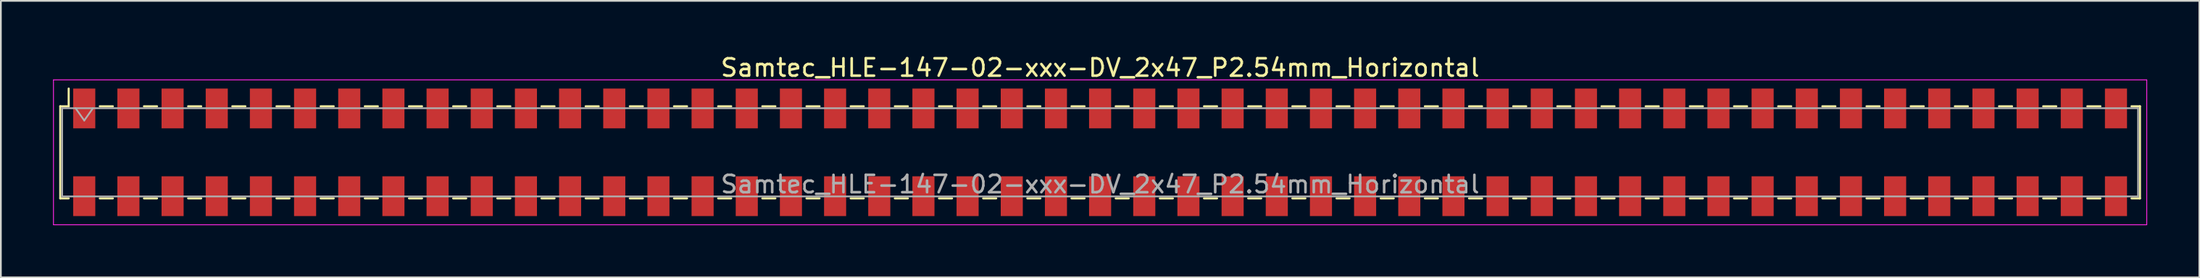
<source format=kicad_pcb>
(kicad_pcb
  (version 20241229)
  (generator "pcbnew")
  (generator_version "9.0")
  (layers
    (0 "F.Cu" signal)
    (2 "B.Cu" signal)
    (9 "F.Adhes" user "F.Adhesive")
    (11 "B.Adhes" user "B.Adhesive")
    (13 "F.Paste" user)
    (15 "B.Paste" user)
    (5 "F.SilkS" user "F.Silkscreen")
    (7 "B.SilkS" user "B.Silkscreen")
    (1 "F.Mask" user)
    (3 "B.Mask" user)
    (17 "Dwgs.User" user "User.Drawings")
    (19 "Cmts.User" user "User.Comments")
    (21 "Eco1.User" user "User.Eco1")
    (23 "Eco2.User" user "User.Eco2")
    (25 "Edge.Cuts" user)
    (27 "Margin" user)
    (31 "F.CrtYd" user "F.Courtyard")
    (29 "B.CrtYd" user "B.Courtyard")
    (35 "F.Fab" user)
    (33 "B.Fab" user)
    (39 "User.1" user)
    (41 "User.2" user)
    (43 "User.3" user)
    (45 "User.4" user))
  (footprint "Samtec_HLE-147-02-xxx-DV_2x47_P2.54mm_Horizontal"
    (layer "F.Cu")
    (at 60.215 5.718)
    (property "Reference" "Samtec_HLE-147-02-xxx-DV_2x47_P2.54mm_Horizontal" (at 0 -4.87 0) (layer "F.SilkS") (effects (font (size 1 1) (thickness 0.15))))
    (attr smd)
    (fp_line (start -59.8 -2.65) (end -59.8 2.65) (stroke (width 0.12) (type solid)) (layer "F.SilkS"))
    (fp_line (start -59.8 2.65) (end -59.315 2.65) (stroke (width 0.12) (type solid)) (layer "F.SilkS"))
    (fp_line (start -59.315 -3.67) (end -59.315 -2.65) (stroke (width 0.12) (type solid)) (layer "F.SilkS"))
    (fp_line (start -59.315 -2.65) (end -59.8 -2.65) (stroke (width 0.12) (type solid)) (layer "F.SilkS"))
    (fp_line (start -57.525 -2.65) (end -56.775 -2.65) (stroke (width 0.12) (type solid)) (layer "F.SilkS"))
    (fp_line (start -57.525 2.65) (end -56.775 2.65) (stroke (width 0.12) (type solid)) (layer "F.SilkS"))
    (fp_line (start -54.985 -2.65) (end -54.235 -2.65) (stroke (width 0.12) (type solid)) (layer "F.SilkS"))
    (fp_line (start -54.985 2.65) (end -54.235 2.65) (stroke (width 0.12) (type solid)) (layer "F.SilkS"))
    (fp_line (start -52.445 -2.65) (end -51.695 -2.65) (stroke (width 0.12) (type solid)) (layer "F.SilkS"))
    (fp_line (start -52.445 2.65) (end -51.695 2.65) (stroke (width 0.12) (type solid)) (layer "F.SilkS"))
    (fp_line (start -49.905 -2.65) (end -49.155 -2.65) (stroke (width 0.12) (type solid)) (layer "F.SilkS"))
    (fp_line (start -49.905 2.65) (end -49.155 2.65) (stroke (width 0.12) (type solid)) (layer "F.SilkS"))
    (fp_line (start -47.365 -2.65) (end -46.615 -2.65) (stroke (width 0.12) (type solid)) (layer "F.SilkS"))
    (fp_line (start -47.365 2.65) (end -46.615 2.65) (stroke (width 0.12) (type solid)) (layer "F.SilkS"))
    (fp_line (start -44.825 -2.65) (end -44.075 -2.65) (stroke (width 0.12) (type solid)) (layer "F.SilkS"))
    (fp_line (start -44.825 2.65) (end -44.075 2.65) (stroke (width 0.12) (type solid)) (layer "F.SilkS"))
    (fp_line (start -42.285 -2.65) (end -41.535 -2.65) (stroke (width 0.12) (type solid)) (layer "F.SilkS"))
    (fp_line (start -42.285 2.65) (end -41.535 2.65) (stroke (width 0.12) (type solid)) (layer "F.SilkS"))
    (fp_line (start -39.745 -2.65) (end -38.995 -2.65) (stroke (width 0.12) (type solid)) (layer "F.SilkS"))
    (fp_line (start -39.745 2.65) (end -38.995 2.65) (stroke (width 0.12) (type solid)) (layer "F.SilkS"))
    (fp_line (start -37.205 -2.65) (end -36.455 -2.65) (stroke (width 0.12) (type solid)) (layer "F.SilkS"))
    (fp_line (start -37.205 2.65) (end -36.455 2.65) (stroke (width 0.12) (type solid)) (layer "F.SilkS"))
    (fp_line (start -34.665 -2.65) (end -33.915 -2.65) (stroke (width 0.12) (type solid)) (layer "F.SilkS"))
    (fp_line (start -34.665 2.65) (end -33.915 2.65) (stroke (width 0.12) (type solid)) (layer "F.SilkS"))
    (fp_line (start -32.125 -2.65) (end -31.375 -2.65) (stroke (width 0.12) (type solid)) (layer "F.SilkS"))
    (fp_line (start -32.125 2.65) (end -31.375 2.65) (stroke (width 0.12) (type solid)) (layer "F.SilkS"))
    (fp_line (start -29.585 -2.65) (end -28.835 -2.65) (stroke (width 0.12) (type solid)) (layer "F.SilkS"))
    (fp_line (start -29.585 2.65) (end -28.835 2.65) (stroke (width 0.12) (type solid)) (layer "F.SilkS"))
    (fp_line (start -27.045 -2.65) (end -26.295 -2.65) (stroke (width 0.12) (type solid)) (layer "F.SilkS"))
    (fp_line (start -27.045 2.65) (end -26.295 2.65) (stroke (width 0.12) (type solid)) (layer "F.SilkS"))
    (fp_line (start -24.505 -2.65) (end -23.755 -2.65) (stroke (width 0.12) (type solid)) (layer "F.SilkS"))
    (fp_line (start -24.505 2.65) (end -23.755 2.65) (stroke (width 0.12) (type solid)) (layer "F.SilkS"))
    (fp_line (start -21.965 -2.65) (end -21.215 -2.65) (stroke (width 0.12) (type solid)) (layer "F.SilkS"))
    (fp_line (start -21.965 2.65) (end -21.215 2.65) (stroke (width 0.12) (type solid)) (layer "F.SilkS"))
    (fp_line (start -19.425 -2.65) (end -18.675 -2.65) (stroke (width 0.12) (type solid)) (layer "F.SilkS"))
    (fp_line (start -19.425 2.65) (end -18.675 2.65) (stroke (width 0.12) (type solid)) (layer "F.SilkS"))
    (fp_line (start -16.885 -2.65) (end -16.135 -2.65) (stroke (width 0.12) (type solid)) (layer "F.SilkS"))
    (fp_line (start -16.885 2.65) (end -16.135 2.65) (stroke (width 0.12) (type solid)) (layer "F.SilkS"))
    (fp_line (start -14.345 -2.65) (end -13.595 -2.65) (stroke (width 0.12) (type solid)) (layer "F.SilkS"))
    (fp_line (start -14.345 2.65) (end -13.595 2.65) (stroke (width 0.12) (type solid)) (layer "F.SilkS"))
    (fp_line (start -11.805 -2.65) (end -11.055 -2.65) (stroke (width 0.12) (type solid)) (layer "F.SilkS"))
    (fp_line (start -11.805 2.65) (end -11.055 2.65) (stroke (width 0.12) (type solid)) (layer "F.SilkS"))
    (fp_line (start -9.265 -2.65) (end -8.515 -2.65) (stroke (width 0.12) (type solid)) (layer "F.SilkS"))
    (fp_line (start -9.265 2.65) (end -8.515 2.65) (stroke (width 0.12) (type solid)) (layer "F.SilkS"))
    (fp_line (start -6.725 -2.65) (end -5.975 -2.65) (stroke (width 0.12) (type solid)) (layer "F.SilkS"))
    (fp_line (start -6.725 2.65) (end -5.975 2.65) (stroke (width 0.12) (type solid)) (layer "F.SilkS"))
    (fp_line (start -4.185 -2.65) (end -3.435 -2.65) (stroke (width 0.12) (type solid)) (layer "F.SilkS"))
    (fp_line (start -4.185 2.65) (end -3.435 2.65) (stroke (width 0.12) (type solid)) (layer "F.SilkS"))
    (fp_line (start -1.645 -2.65) (end -0.895 -2.65) (stroke (width 0.12) (type solid)) (layer "F.SilkS"))
    (fp_line (start -1.645 2.65) (end -0.895 2.65) (stroke (width 0.12) (type solid)) (layer "F.SilkS"))
    (fp_line (start 0.895 -2.65) (end 1.645 -2.65) (stroke (width 0.12) (type solid)) (layer "F.SilkS"))
    (fp_line (start 0.895 2.65) (end 1.645 2.65) (stroke (width 0.12) (type solid)) (layer "F.SilkS"))
    (fp_line (start 3.435 -2.65) (end 4.185 -2.65) (stroke (width 0.12) (type solid)) (layer "F.SilkS"))
    (fp_line (start 3.435 2.65) (end 4.185 2.65) (stroke (width 0.12) (type solid)) (layer "F.SilkS"))
    (fp_line (start 5.975 -2.65) (end 6.725 -2.65) (stroke (width 0.12) (type solid)) (layer "F.SilkS"))
    (fp_line (start 5.975 2.65) (end 6.725 2.65) (stroke (width 0.12) (type solid)) (layer "F.SilkS"))
    (fp_line (start 8.515 -2.65) (end 9.265 -2.65) (stroke (width 0.12) (type solid)) (layer "F.SilkS"))
    (fp_line (start 8.515 2.65) (end 9.265 2.65) (stroke (width 0.12) (type solid)) (layer "F.SilkS"))
    (fp_line (start 11.055 -2.65) (end 11.805 -2.65) (stroke (width 0.12) (type solid)) (layer "F.SilkS"))
    (fp_line (start 11.055 2.65) (end 11.805 2.65) (stroke (width 0.12) (type solid)) (layer "F.SilkS"))
    (fp_line (start 13.595 -2.65) (end 14.345 -2.65) (stroke (width 0.12) (type solid)) (layer "F.SilkS"))
    (fp_line (start 13.595 2.65) (end 14.345 2.65) (stroke (width 0.12) (type solid)) (layer "F.SilkS"))
    (fp_line (start 16.135 -2.65) (end 16.885 -2.65) (stroke (width 0.12) (type solid)) (layer "F.SilkS"))
    (fp_line (start 16.135 2.65) (end 16.885 2.65) (stroke (width 0.12) (type solid)) (layer "F.SilkS"))
    (fp_line (start 18.675 -2.65) (end 19.425 -2.65) (stroke (width 0.12) (type solid)) (layer "F.SilkS"))
    (fp_line (start 18.675 2.65) (end 19.425 2.65) (stroke (width 0.12) (type solid)) (layer "F.SilkS"))
    (fp_line (start 21.215 -2.65) (end 21.965 -2.65) (stroke (width 0.12) (type solid)) (layer "F.SilkS"))
    (fp_line (start 21.215 2.65) (end 21.965 2.65) (stroke (width 0.12) (type solid)) (layer "F.SilkS"))
    (fp_line (start 23.755 -2.65) (end 24.505 -2.65) (stroke (width 0.12) (type solid)) (layer "F.SilkS"))
    (fp_line (start 23.755 2.65) (end 24.505 2.65) (stroke (width 0.12) (type solid)) (layer "F.SilkS"))
    (fp_line (start 26.295 -2.65) (end 27.045 -2.65) (stroke (width 0.12) (type solid)) (layer "F.SilkS"))
    (fp_line (start 26.295 2.65) (end 27.045 2.65) (stroke (width 0.12) (type solid)) (layer "F.SilkS"))
    (fp_line (start 28.835 -2.65) (end 29.585 -2.65) (stroke (width 0.12) (type solid)) (layer "F.SilkS"))
    (fp_line (start 28.835 2.65) (end 29.585 2.65) (stroke (width 0.12) (type solid)) (layer "F.SilkS"))
    (fp_line (start 31.375 -2.65) (end 32.125 -2.65) (stroke (width 0.12) (type solid)) (layer "F.SilkS"))
    (fp_line (start 31.375 2.65) (end 32.125 2.65) (stroke (width 0.12) (type solid)) (layer "F.SilkS"))
    (fp_line (start 33.915 -2.65) (end 34.665 -2.65) (stroke (width 0.12) (type solid)) (layer "F.SilkS"))
    (fp_line (start 33.915 2.65) (end 34.665 2.65) (stroke (width 0.12) (type solid)) (layer "F.SilkS"))
    (fp_line (start 36.455 -2.65) (end 37.205 -2.65) (stroke (width 0.12) (type solid)) (layer "F.SilkS"))
    (fp_line (start 36.455 2.65) (end 37.205 2.65) (stroke (width 0.12) (type solid)) (layer "F.SilkS"))
    (fp_line (start 38.995 -2.65) (end 39.745 -2.65) (stroke (width 0.12) (type solid)) (layer "F.SilkS"))
    (fp_line (start 38.995 2.65) (end 39.745 2.65) (stroke (width 0.12) (type solid)) (layer "F.SilkS"))
    (fp_line (start 41.535 -2.65) (end 42.285 -2.65) (stroke (width 0.12) (type solid)) (layer "F.SilkS"))
    (fp_line (start 41.535 2.65) (end 42.285 2.65) (stroke (width 0.12) (type solid)) (layer "F.SilkS"))
    (fp_line (start 44.075 -2.65) (end 44.825 -2.65) (stroke (width 0.12) (type solid)) (layer "F.SilkS"))
    (fp_line (start 44.075 2.65) (end 44.825 2.65) (stroke (width 0.12) (type solid)) (layer "F.SilkS"))
    (fp_line (start 46.615 -2.65) (end 47.365 -2.65) (stroke (width 0.12) (type solid)) (layer "F.SilkS"))
    (fp_line (start 46.615 2.65) (end 47.365 2.65) (stroke (width 0.12) (type solid)) (layer "F.SilkS"))
    (fp_line (start 49.155 -2.65) (end 49.905 -2.65) (stroke (width 0.12) (type solid)) (layer "F.SilkS"))
    (fp_line (start 49.155 2.65) (end 49.905 2.65) (stroke (width 0.12) (type solid)) (layer "F.SilkS"))
    (fp_line (start 51.695 -2.65) (end 52.445 -2.65) (stroke (width 0.12) (type solid)) (layer "F.SilkS"))
    (fp_line (start 51.695 2.65) (end 52.445 2.65) (stroke (width 0.12) (type solid)) (layer "F.SilkS"))
    (fp_line (start 54.235 -2.65) (end 54.985 -2.65) (stroke (width 0.12) (type solid)) (layer "F.SilkS"))
    (fp_line (start 54.235 2.65) (end 54.985 2.65) (stroke (width 0.12) (type solid)) (layer "F.SilkS"))
    (fp_line (start 56.775 -2.65) (end 57.525 -2.65) (stroke (width 0.12) (type solid)) (layer "F.SilkS"))
    (fp_line (start 56.775 2.65) (end 57.525 2.65) (stroke (width 0.12) (type solid)) (layer "F.SilkS"))
    (fp_line (start 59.315 -2.65) (end 59.8 -2.65) (stroke (width 0.12) (type solid)) (layer "F.SilkS"))
    (fp_line (start 59.8 -2.65) (end 59.8 2.65) (stroke (width 0.12) (type solid)) (layer "F.SilkS"))
    (fp_line (start 59.8 2.65) (end 59.315 2.65) (stroke (width 0.12) (type solid)) (layer "F.SilkS"))
    (fp_line (start -60.19 -4.17) (end 60.19 -4.17) (stroke (width 0.05) (type solid)) (layer "F.CrtYd"))
    (fp_line (start -60.19 4.17) (end -60.19 -4.17) (stroke (width 0.05) (type solid)) (layer "F.CrtYd"))
    (fp_line (start 60.19 -4.17) (end 60.19 4.17) (stroke (width 0.05) (type solid)) (layer "F.CrtYd"))
    (fp_line (start 60.19 4.17) (end -60.19 4.17) (stroke (width 0.05) (type solid)) (layer "F.CrtYd"))
    (fp_line (start -59.69 -2.54) (end 59.69 -2.54) (stroke (width 0.1) (type solid)) (layer "F.Fab"))
    (fp_line (start -59.69 2.54) (end -59.69 -2.54) (stroke (width 0.1) (type solid)) (layer "F.Fab"))
    (fp_line (start -58.92 -2.54) (end -58.42 -1.833) (stroke (width 0.1) (type solid)) (layer "F.Fab"))
    (fp_line (start -58.42 -1.833) (end -57.92 -2.54) (stroke (width 0.1) (type solid)) (layer "F.Fab"))
    (fp_line (start 59.69 -2.54) (end 59.69 2.54) (stroke (width 0.1) (type solid)) (layer "F.Fab"))
    (fp_line (start 59.69 2.54) (end -59.69 2.54) (stroke (width 0.1) (type solid)) (layer "F.Fab"))
    (fp_text user "${REFERENCE}" (at 0 1.84 0) (layer "F.Fab") (effects (font (size 1 1) (thickness 0.15))))
    (pad "1" smd rect (at -58.42 -2.525) (size 1.27 2.29) (layers "F.Cu" "F.Mask" "F.Paste"))
    (pad "2" smd rect (at -58.42 2.525) (size 1.27 2.29) (layers "F.Cu" "F.Mask" "F.Paste"))
    (pad "3" smd rect (at -55.88 -2.525) (size 1.27 2.29) (layers "F.Cu" "F.Mask" "F.Paste"))
    (pad "4" smd rect (at -55.88 2.525) (size 1.27 2.29) (layers "F.Cu" "F.Mask" "F.Paste"))
    (pad "5" smd rect (at -53.34 -2.525) (size 1.27 2.29) (layers "F.Cu" "F.Mask" "F.Paste"))
    (pad "6" smd rect (at -53.34 2.525) (size 1.27 2.29) (layers "F.Cu" "F.Mask" "F.Paste"))
    (pad "7" smd rect (at -50.8 -2.525) (size 1.27 2.29) (layers "F.Cu" "F.Mask" "F.Paste"))
    (pad "8" smd rect (at -50.8 2.525) (size 1.27 2.29) (layers "F.Cu" "F.Mask" "F.Paste"))
    (pad "9" smd rect (at -48.26 -2.525) (size 1.27 2.29) (layers "F.Cu" "F.Mask" "F.Paste"))
    (pad "10" smd rect (at -48.26 2.525) (size 1.27 2.29) (layers "F.Cu" "F.Mask" "F.Paste"))
    (pad "11" smd rect (at -45.72 -2.525) (size 1.27 2.29) (layers "F.Cu" "F.Mask" "F.Paste"))
    (pad "12" smd rect (at -45.72 2.525) (size 1.27 2.29) (layers "F.Cu" "F.Mask" "F.Paste"))
    (pad "13" smd rect (at -43.18 -2.525) (size 1.27 2.29) (layers "F.Cu" "F.Mask" "F.Paste"))
    (pad "14" smd rect (at -43.18 2.525) (size 1.27 2.29) (layers "F.Cu" "F.Mask" "F.Paste"))
    (pad "15" smd rect (at -40.64 -2.525) (size 1.27 2.29) (layers "F.Cu" "F.Mask" "F.Paste"))
    (pad "16" smd rect (at -40.64 2.525) (size 1.27 2.29) (layers "F.Cu" "F.Mask" "F.Paste"))
    (pad "17" smd rect (at -38.1 -2.525) (size 1.27 2.29) (layers "F.Cu" "F.Mask" "F.Paste"))
    (pad "18" smd rect (at -38.1 2.525) (size 1.27 2.29) (layers "F.Cu" "F.Mask" "F.Paste"))
    (pad "19" smd rect (at -35.56 -2.525) (size 1.27 2.29) (layers "F.Cu" "F.Mask" "F.Paste"))
    (pad "20" smd rect (at -35.56 2.525) (size 1.27 2.29) (layers "F.Cu" "F.Mask" "F.Paste"))
    (pad "21" smd rect (at -33.02 -2.525) (size 1.27 2.29) (layers "F.Cu" "F.Mask" "F.Paste"))
    (pad "22" smd rect (at -33.02 2.525) (size 1.27 2.29) (layers "F.Cu" "F.Mask" "F.Paste"))
    (pad "23" smd rect (at -30.48 -2.525) (size 1.27 2.29) (layers "F.Cu" "F.Mask" "F.Paste"))
    (pad "24" smd rect (at -30.48 2.525) (size 1.27 2.29) (layers "F.Cu" "F.Mask" "F.Paste"))
    (pad "25" smd rect (at -27.94 -2.525) (size 1.27 2.29) (layers "F.Cu" "F.Mask" "F.Paste"))
    (pad "26" smd rect (at -27.94 2.525) (size 1.27 2.29) (layers "F.Cu" "F.Mask" "F.Paste"))
    (pad "27" smd rect (at -25.4 -2.525) (size 1.27 2.29) (layers "F.Cu" "F.Mask" "F.Paste"))
    (pad "28" smd rect (at -25.4 2.525) (size 1.27 2.29) (layers "F.Cu" "F.Mask" "F.Paste"))
    (pad "29" smd rect (at -22.86 -2.525) (size 1.27 2.29) (layers "F.Cu" "F.Mask" "F.Paste"))
    (pad "30" smd rect (at -22.86 2.525) (size 1.27 2.29) (layers "F.Cu" "F.Mask" "F.Paste"))
    (pad "31" smd rect (at -20.32 -2.525) (size 1.27 2.29) (layers "F.Cu" "F.Mask" "F.Paste"))
    (pad "32" smd rect (at -20.32 2.525) (size 1.27 2.29) (layers "F.Cu" "F.Mask" "F.Paste"))
    (pad "33" smd rect (at -17.78 -2.525) (size 1.27 2.29) (layers "F.Cu" "F.Mask" "F.Paste"))
    (pad "34" smd rect (at -17.78 2.525) (size 1.27 2.29) (layers "F.Cu" "F.Mask" "F.Paste"))
    (pad "35" smd rect (at -15.24 -2.525) (size 1.27 2.29) (layers "F.Cu" "F.Mask" "F.Paste"))
    (pad "36" smd rect (at -15.24 2.525) (size 1.27 2.29) (layers "F.Cu" "F.Mask" "F.Paste"))
    (pad "37" smd rect (at -12.7 -2.525) (size 1.27 2.29) (layers "F.Cu" "F.Mask" "F.Paste"))
    (pad "38" smd rect (at -12.7 2.525) (size 1.27 2.29) (layers "F.Cu" "F.Mask" "F.Paste"))
    (pad "39" smd rect (at -10.16 -2.525) (size 1.27 2.29) (layers "F.Cu" "F.Mask" "F.Paste"))
    (pad "40" smd rect (at -10.16 2.525) (size 1.27 2.29) (layers "F.Cu" "F.Mask" "F.Paste"))
    (pad "41" smd rect (at -7.62 -2.525) (size 1.27 2.29) (layers "F.Cu" "F.Mask" "F.Paste"))
    (pad "42" smd rect (at -7.62 2.525) (size 1.27 2.29) (layers "F.Cu" "F.Mask" "F.Paste"))
    (pad "43" smd rect (at -5.08 -2.525) (size 1.27 2.29) (layers "F.Cu" "F.Mask" "F.Paste"))
    (pad "44" smd rect (at -5.08 2.525) (size 1.27 2.29) (layers "F.Cu" "F.Mask" "F.Paste"))
    (pad "45" smd rect (at -2.54 -2.525) (size 1.27 2.29) (layers "F.Cu" "F.Mask" "F.Paste"))
    (pad "46" smd rect (at -2.54 2.525) (size 1.27 2.29) (layers "F.Cu" "F.Mask" "F.Paste"))
    (pad "47" smd rect (at 0 -2.525) (size 1.27 2.29) (layers "F.Cu" "F.Mask" "F.Paste"))
    (pad "48" smd rect (at 0 2.525) (size 1.27 2.29) (layers "F.Cu" "F.Mask" "F.Paste"))
    (pad "49" smd rect (at 2.54 -2.525) (size 1.27 2.29) (layers "F.Cu" "F.Mask" "F.Paste"))
    (pad "50" smd rect (at 2.54 2.525) (size 1.27 2.29) (layers "F.Cu" "F.Mask" "F.Paste"))
    (pad "51" smd rect (at 5.08 -2.525) (size 1.27 2.29) (layers "F.Cu" "F.Mask" "F.Paste"))
    (pad "52" smd rect (at 5.08 2.525) (size 1.27 2.29) (layers "F.Cu" "F.Mask" "F.Paste"))
    (pad "53" smd rect (at 7.62 -2.525) (size 1.27 2.29) (layers "F.Cu" "F.Mask" "F.Paste"))
    (pad "54" smd rect (at 7.62 2.525) (size 1.27 2.29) (layers "F.Cu" "F.Mask" "F.Paste"))
    (pad "55" smd rect (at 10.16 -2.525) (size 1.27 2.29) (layers "F.Cu" "F.Mask" "F.Paste"))
    (pad "56" smd rect (at 10.16 2.525) (size 1.27 2.29) (layers "F.Cu" "F.Mask" "F.Paste"))
    (pad "57" smd rect (at 12.7 -2.525) (size 1.27 2.29) (layers "F.Cu" "F.Mask" "F.Paste"))
    (pad "58" smd rect (at 12.7 2.525) (size 1.27 2.29) (layers "F.Cu" "F.Mask" "F.Paste"))
    (pad "59" smd rect (at 15.24 -2.525) (size 1.27 2.29) (layers "F.Cu" "F.Mask" "F.Paste"))
    (pad "60" smd rect (at 15.24 2.525) (size 1.27 2.29) (layers "F.Cu" "F.Mask" "F.Paste"))
    (pad "61" smd rect (at 17.78 -2.525) (size 1.27 2.29) (layers "F.Cu" "F.Mask" "F.Paste"))
    (pad "62" smd rect (at 17.78 2.525) (size 1.27 2.29) (layers "F.Cu" "F.Mask" "F.Paste"))
    (pad "63" smd rect (at 20.32 -2.525) (size 1.27 2.29) (layers "F.Cu" "F.Mask" "F.Paste"))
    (pad "64" smd rect (at 20.32 2.525) (size 1.27 2.29) (layers "F.Cu" "F.Mask" "F.Paste"))
    (pad "65" smd rect (at 22.86 -2.525) (size 1.27 2.29) (layers "F.Cu" "F.Mask" "F.Paste"))
    (pad "66" smd rect (at 22.86 2.525) (size 1.27 2.29) (layers "F.Cu" "F.Mask" "F.Paste"))
    (pad "67" smd rect (at 25.4 -2.525) (size 1.27 2.29) (layers "F.Cu" "F.Mask" "F.Paste"))
    (pad "68" smd rect (at 25.4 2.525) (size 1.27 2.29) (layers "F.Cu" "F.Mask" "F.Paste"))
    (pad "69" smd rect (at 27.94 -2.525) (size 1.27 2.29) (layers "F.Cu" "F.Mask" "F.Paste"))
    (pad "70" smd rect (at 27.94 2.525) (size 1.27 2.29) (layers "F.Cu" "F.Mask" "F.Paste"))
    (pad "71" smd rect (at 30.48 -2.525) (size 1.27 2.29) (layers "F.Cu" "F.Mask" "F.Paste"))
    (pad "72" smd rect (at 30.48 2.525) (size 1.27 2.29) (layers "F.Cu" "F.Mask" "F.Paste"))
    (pad "73" smd rect (at 33.02 -2.525) (size 1.27 2.29) (layers "F.Cu" "F.Mask" "F.Paste"))
    (pad "74" smd rect (at 33.02 2.525) (size 1.27 2.29) (layers "F.Cu" "F.Mask" "F.Paste"))
    (pad "75" smd rect (at 35.56 -2.525) (size 1.27 2.29) (layers "F.Cu" "F.Mask" "F.Paste"))
    (pad "76" smd rect (at 35.56 2.525) (size 1.27 2.29) (layers "F.Cu" "F.Mask" "F.Paste"))
    (pad "77" smd rect (at 38.1 -2.525) (size 1.27 2.29) (layers "F.Cu" "F.Mask" "F.Paste"))
    (pad "78" smd rect (at 38.1 2.525) (size 1.27 2.29) (layers "F.Cu" "F.Mask" "F.Paste"))
    (pad "79" smd rect (at 40.64 -2.525) (size 1.27 2.29) (layers "F.Cu" "F.Mask" "F.Paste"))
    (pad "80" smd rect (at 40.64 2.525) (size 1.27 2.29) (layers "F.Cu" "F.Mask" "F.Paste"))
    (pad "81" smd rect (at 43.18 -2.525) (size 1.27 2.29) (layers "F.Cu" "F.Mask" "F.Paste"))
    (pad "82" smd rect (at 43.18 2.525) (size 1.27 2.29) (layers "F.Cu" "F.Mask" "F.Paste"))
    (pad "83" smd rect (at 45.72 -2.525) (size 1.27 2.29) (layers "F.Cu" "F.Mask" "F.Paste"))
    (pad "84" smd rect (at 45.72 2.525) (size 1.27 2.29) (layers "F.Cu" "F.Mask" "F.Paste"))
    (pad "85" smd rect (at 48.26 -2.525) (size 1.27 2.29) (layers "F.Cu" "F.Mask" "F.Paste"))
    (pad "86" smd rect (at 48.26 2.525) (size 1.27 2.29) (layers "F.Cu" "F.Mask" "F.Paste"))
    (pad "87" smd rect (at 50.8 -2.525) (size 1.27 2.29) (layers "F.Cu" "F.Mask" "F.Paste"))
    (pad "88" smd rect (at 50.8 2.525) (size 1.27 2.29) (layers "F.Cu" "F.Mask" "F.Paste"))
    (pad "89" smd rect (at 53.34 -2.525) (size 1.27 2.29) (layers "F.Cu" "F.Mask" "F.Paste"))
    (pad "90" smd rect (at 53.34 2.525) (size 1.27 2.29) (layers "F.Cu" "F.Mask" "F.Paste"))
    (pad "91" smd rect (at 55.88 -2.525) (size 1.27 2.29) (layers "F.Cu" "F.Mask" "F.Paste"))
    (pad "92" smd rect (at 55.88 2.525) (size 1.27 2.29) (layers "F.Cu" "F.Mask" "F.Paste"))
    (pad "93" smd rect (at 58.42 -2.525) (size 1.27 2.29) (layers "F.Cu" "F.Mask" "F.Paste"))
    (pad "94" smd rect (at 58.42 2.525) (size 1.27 2.29) (layers "F.Cu" "F.Mask" "F.Paste")))
  (gr_rect
    (start -3 -3)
    (end 123.43 12.913)
    (stroke (width 0.1) (type default))
    (fill no)
    (layer "Edge.Cuts")))
</source>
